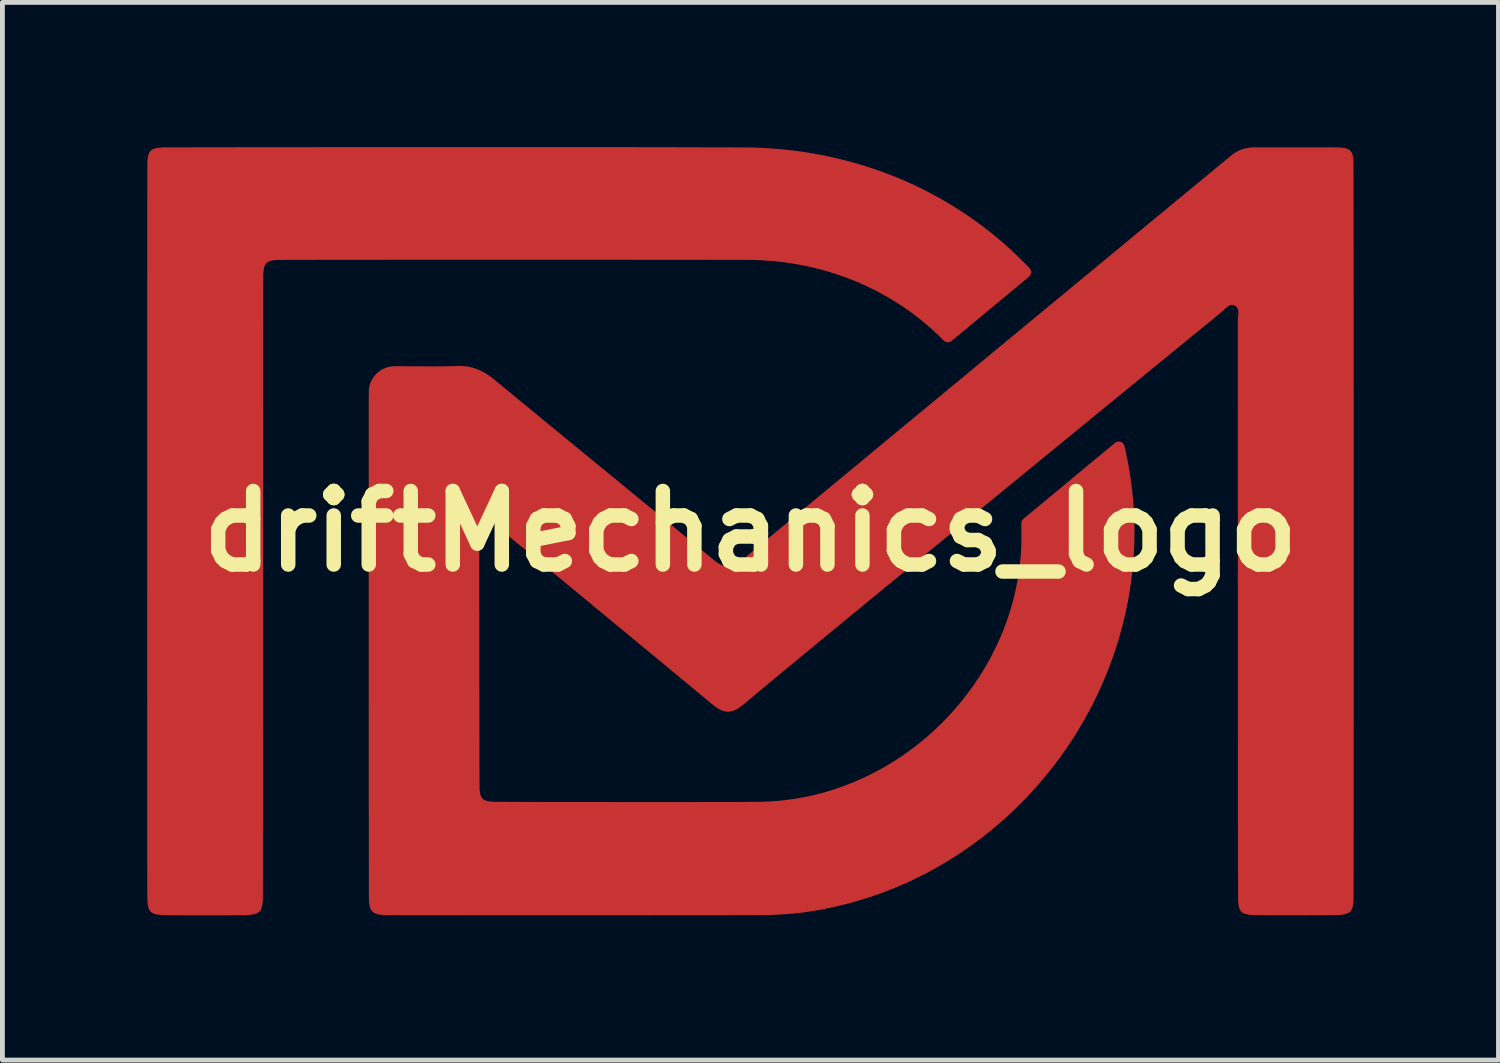
<source format=kicad_pcb>
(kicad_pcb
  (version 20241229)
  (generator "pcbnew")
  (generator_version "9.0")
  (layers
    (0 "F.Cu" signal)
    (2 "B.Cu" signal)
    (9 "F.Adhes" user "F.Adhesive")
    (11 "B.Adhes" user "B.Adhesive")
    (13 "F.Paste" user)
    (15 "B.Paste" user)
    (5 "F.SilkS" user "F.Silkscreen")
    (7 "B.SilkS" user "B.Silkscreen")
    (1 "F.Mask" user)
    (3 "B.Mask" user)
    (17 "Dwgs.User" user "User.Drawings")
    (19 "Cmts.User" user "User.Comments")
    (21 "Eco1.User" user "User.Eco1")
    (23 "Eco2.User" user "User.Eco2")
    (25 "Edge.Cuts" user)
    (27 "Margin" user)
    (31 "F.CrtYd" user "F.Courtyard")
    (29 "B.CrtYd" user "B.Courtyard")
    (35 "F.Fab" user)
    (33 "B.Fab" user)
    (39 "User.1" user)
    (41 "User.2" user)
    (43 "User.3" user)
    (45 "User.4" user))
  (footprint "driftMechanics_logo"
    (layer "F.Cu")
    (at 12.503 7.961)
    (property "Reference" "driftMechanics_logo" (at 0 0 0) (layer "F.SilkS") (effects (font (size 1.524 1.524) (thickness 0.3))))
    (attr through_hole)
    (pad "1" smd custom (at -0.35 2.1) (size 1.524 1.524) (layers "F.Cu" "F.Mask") (options (anchor circle)) (primitives (gr_poly (pts (xy 11.467 -10.053) (xy 11.541 -10.053) (xy 11.62 -10.053) (xy 11.624 -10.053) (xy 11.706 -10.053) (xy 11.782 -10.053) (xy 11.854 -10.053) (xy 11.922 -10.053) (xy 11.985 -10.053) (xy 12.044 -10.053) (xy 12.099 -10.053) (xy 12.149 -10.053) (xy 12.196 -10.053) (xy 12.24 -10.053) (xy 12.28 -10.053) (xy 12.317 -10.052) (xy 12.351 -10.052) (xy 12.381 -10.052) (xy 12.41 -10.052) (xy 12.435 -10.052) (xy 12.458 -10.051) (xy 12.479 -10.051) (xy 12.498 -10.051) (xy 12.515 -10.05) (xy 12.53 -10.05) (xy 12.543 -10.05) (xy 12.556 -10.049) (xy 12.567 -10.049) (xy 12.576 -10.048) (xy 12.585 -10.047) (xy 12.594 -10.047) (xy 12.601 -10.046) (xy 12.608 -10.045) (xy 12.615 -10.045) (xy 12.622 -10.044) (xy 12.629 -10.043) (xy 12.63 -10.043) (xy 12.663 -10.038) (xy 12.693 -10.031) (xy 12.719 -10.022) (xy 12.738 -10.014) (xy 12.758 -10.003) (xy 12.776 -9.989) (xy 12.791 -9.973) (xy 12.804 -9.955) (xy 12.815 -9.933) (xy 12.824 -9.907) (xy 12.832 -9.878) (xy 12.838 -9.844) (xy 12.842 -9.817) (xy 12.842 -9.815) (xy 12.842 -9.812) (xy 12.843 -9.808) (xy 12.843 -9.804) (xy 12.843 -9.799) (xy 12.843 -9.792) (xy 12.843 -9.784) (xy 12.844 -9.776) (xy 12.844 -9.765) (xy 12.844 -9.754) (xy 12.844 -9.741) (xy 12.844 -9.726) (xy 12.844 -9.709) (xy 12.844 -9.691) (xy 12.845 -9.671) (xy 12.845 -9.649) (xy 12.845 -9.625) (xy 12.845 -9.598) (xy 12.845 -9.57) (xy 12.845 -9.539) (xy 12.845 -9.506) (xy 12.845 -9.47) (xy 12.846 -9.432) (xy 12.846 -9.391) (xy 12.846 -9.347) (xy 12.846 -9.3) (xy 12.846 -9.25) (xy 12.846 -9.197) (xy 12.846 -9.141) (xy 12.846 -9.082) (xy 12.846 -9.02) (xy 12.846 -8.954) (xy 12.847 -8.884) (xy 12.847 -8.811) (xy 12.847 -8.735) (xy 12.847 -8.654) (xy 12.847 -8.57) (xy 12.847 -8.481) (xy 12.847 -8.389) (xy 12.847 -8.292) (xy 12.847 -8.192) (xy 12.847 -8.086) (xy 12.848 -7.977) (xy 12.848 -7.863) (xy 12.848 -7.744) (xy 12.848 -7.621) (xy 12.848 -7.493) (xy 12.848 -7.36) (xy 12.848 -7.221) (xy 12.848 -7.19) (xy 12.848 -7.08) (xy 12.848 -6.967) (xy 12.849 -6.851) (xy 12.849 -6.732) (xy 12.849 -6.611) (xy 12.849 -6.487) (xy 12.849 -6.361) (xy 12.849 -6.232) (xy 12.849 -6.101) (xy 12.849 -5.967) (xy 12.849 -5.831) (xy 12.849 -5.694) (xy 12.849 -5.554) (xy 12.849 -5.412) (xy 12.849 -5.268) (xy 12.849 -5.123) (xy 12.85 -4.975) (xy 12.85 -4.826) (xy 12.85 -4.676) (xy 12.85 -4.524) (xy 12.85 -4.37) (xy 12.85 -4.216) (xy 12.85 -4.06) (xy 12.85 -3.902) (xy 12.85 -3.744) (xy 12.85 -3.585) (xy 12.85 -3.424) (xy 12.85 -3.263) (xy 12.85 -3.101) (xy 12.85 -2.939) (xy 12.85 -2.775) (xy 12.85 -2.612) (xy 12.85 -2.447) (xy 12.85 -2.282) (xy 12.85 -2.117) (xy 12.85 -1.952) (xy 12.85 -1.787) (xy 12.85 -1.621) (xy 12.85 -1.456) (xy 12.85 -1.29) (xy 12.85 -1.125) (xy 12.85 -0.96) (xy 12.85 -0.795) (xy 12.85 -0.63) (xy 12.85 -0.467) (xy 12.85 -0.303) (xy 12.85 -0.14) (xy 12.85 0.022) (xy 12.85 0.183) (xy 12.85 0.343) (xy 12.85 0.503) (xy 12.85 0.661) (xy 12.85 0.819) (xy 12.85 0.975) (xy 12.85 1.13) (xy 12.85 1.284) (xy 12.85 1.436) (xy 12.85 1.586) (xy 12.85 1.736) (xy 12.85 1.883) (xy 12.849 2.029) (xy 12.849 2.173) (xy 12.849 2.315) (xy 12.849 2.455) (xy 12.849 2.593) (xy 12.849 2.729) (xy 12.849 2.863) (xy 12.849 2.995) (xy 12.849 3.124) (xy 12.849 3.251) (xy 12.849 3.375) (xy 12.849 3.497) (xy 12.849 3.616) (xy 12.849 3.732) (xy 12.849 3.845) (xy 12.849 3.956) (xy 12.848 4.063) (xy 12.848 4.168) (xy 12.848 4.269) (xy 12.848 4.367) (xy 12.848 4.462) (xy 12.848 4.554) (xy 12.848 4.642) (xy 12.848 4.726) (xy 12.848 4.807) (xy 12.848 4.884) (xy 12.848 4.958) (xy 12.848 5.027) (xy 12.847 5.093) (xy 12.847 5.154) (xy 12.847 5.212) (xy 12.847 5.265) (xy 12.847 5.315) (xy 12.847 5.36) (xy 12.847 5.4) (xy 12.847 5.436) (xy 12.847 5.467) (xy 12.847 5.494) (xy 12.846 5.516) (xy 12.846 5.534) (xy 12.846 5.546) (xy 12.846 5.554) (xy 12.846 5.556) (xy 12.842 5.594) (xy 12.838 5.627) (xy 12.833 5.656) (xy 12.828 5.682) (xy 12.821 5.704) (xy 12.813 5.724) (xy 12.805 5.742) (xy 12.798 5.753) (xy 12.783 5.772) (xy 12.766 5.789) (xy 12.746 5.803) (xy 12.723 5.815) (xy 12.696 5.825) (xy 12.666 5.833) (xy 12.631 5.84) (xy 12.607 5.843) (xy 12.599 5.844) (xy 12.591 5.845) (xy 12.583 5.846) (xy 12.575 5.846) (xy 12.567 5.847) (xy 12.558 5.848) (xy 12.548 5.848) (xy 12.537 5.849) (xy 12.524 5.849) (xy 12.511 5.85) (xy 12.496 5.85) (xy 12.479 5.851) (xy 12.46 5.851) (xy 12.439 5.851) (xy 12.415 5.852) (xy 12.389 5.852) (xy 12.361 5.852) (xy 12.329 5.852) (xy 12.295 5.852) (xy 12.257 5.853) (xy 12.215 5.853) (xy 12.17 5.853) (xy 12.122 5.853) (xy 12.069 5.853) (xy 12.012 5.853) (xy 11.95 5.853) (xy 11.884 5.854) (xy 11.813 5.854) (xy 11.773 5.854) (xy 11.68 5.854) (xy 11.592 5.854) (xy 11.508 5.854) (xy 11.43 5.854) (xy 11.356 5.854) (xy 11.287 5.854) (xy 11.223 5.854) (xy 11.163 5.854) (xy 11.107 5.853) (xy 11.055 5.853) (xy 11.007 5.853) (xy 10.963 5.853) (xy 10.924 5.852) (xy 10.887 5.852) (xy 10.855 5.851) (xy 10.826 5.851) (xy 10.801 5.85) (xy 10.779 5.85) (xy 10.76 5.849) (xy 10.744 5.848) (xy 10.732 5.848) (xy 10.724 5.847) (xy 10.684 5.842) (xy 10.649 5.836) (xy 10.619 5.829) (xy 10.592 5.821) (xy 10.569 5.81) (xy 10.549 5.798) (xy 10.532 5.784) (xy 10.517 5.767) (xy 10.504 5.748) (xy 10.499 5.738) (xy 10.491 5.719) (xy 10.484 5.698) (xy 10.478 5.673) (xy 10.472 5.645) (xy 10.468 5.614) (xy 10.465 5.578) (xy 10.463 5.551) (xy 10.463 5.548) (xy 10.463 5.541) (xy 10.463 5.531) (xy 10.463 5.518) (xy 10.463 5.501) (xy 10.462 5.481) (xy 10.462 5.457) (xy 10.462 5.43) (xy 10.462 5.4) (xy 10.462 5.366) (xy 10.462 5.328) (xy 10.462 5.287) (xy 10.462 5.242) (xy 10.462 5.194) (xy 10.462 5.142) (xy 10.462 5.086) (xy 10.461 5.026) (xy 10.461 4.963) (xy 10.461 4.895) (xy 10.461 4.824) (xy 10.461 4.749) (xy 10.461 4.67) (xy 10.461 4.587) (xy 10.461 4.5) (xy 10.461 4.409) (xy 10.461 4.314) (xy 10.461 4.215) (xy 10.461 4.111) (xy 10.46 4.004) (xy 10.46 3.892) (xy 10.46 3.776) (xy 10.46 3.656) (xy 10.46 3.531) (xy 10.46 3.402) (xy 10.46 3.269) (xy 10.46 3.132) (xy 10.46 2.989) (xy 10.46 2.843) (xy 10.46 2.692) (xy 10.46 2.536) (xy 10.46 2.376) (xy 10.46 2.211) (xy 10.459 2.042) (xy 10.459 1.867) (xy 10.459 1.689) (xy 10.459 1.505) (xy 10.459 1.317) (xy 10.459 1.123) (xy 10.459 0.925) (xy 10.459 0.723) (xy 10.459 0.515) (xy 10.459 0.302) (xy 10.459 0.084) (xy 10.459 -0.138) (xy 10.459 -0.365) (xy 10.459 -0.539) (xy 10.459 -0.711) (xy 10.459 -0.882) (xy 10.458 -1.052) (xy 10.458 -1.22) (xy 10.458 -1.387) (xy 10.458 -1.553) (xy 10.458 -1.717) (xy 10.458 -1.88) (xy 10.458 -2.041) (xy 10.458 -2.2) (xy 10.458 -2.357) (xy 10.458 -2.513) (xy 10.458 -2.666) (xy 10.458 -2.817) (xy 10.458 -2.967) (xy 10.458 -3.114) (xy 10.458 -3.259) (xy 10.458 -3.401) (xy 10.458 -3.541) (xy 10.458 -3.679) (xy 10.458 -3.814) (xy 10.458 -3.947) (xy 10.458 -4.076) (xy 10.458 -4.203) (xy 10.458 -4.327) (xy 10.458 -4.449) (xy 10.458 -4.567) (xy 10.458 -4.682) (xy 10.457 -4.794) (xy 10.457 -4.903) (xy 10.457 -5.009) (xy 10.457 -5.111) (xy 10.457 -5.21) (xy 10.457 -5.305) (xy 10.457 -5.397) (xy 10.457 -5.485) (xy 10.457 -5.569) (xy 10.457 -5.65) (xy 10.457 -5.727) (xy 10.457 -5.8) (xy 10.457 -5.868) (xy 10.457 -5.933) (xy 10.457 -5.994) (xy 10.457 -6.05) (xy 10.457 -6.102) (xy 10.457 -6.15) (xy 10.457 -6.193) (xy 10.457 -6.232) (xy 10.457 -6.266) (xy 10.457 -6.295) (xy 10.457 -6.32) (xy 10.457 -6.34) (xy 10.457 -6.355) (xy 10.457 -6.365) (xy 10.457 -6.369) (xy 10.457 -6.4) (xy 10.457 -6.426) (xy 10.457 -6.449) (xy 10.457 -6.467) (xy 10.458 -6.483) (xy 10.458 -6.497) (xy 10.459 -6.509) (xy 10.459 -6.52) (xy 10.46 -6.53) (xy 10.461 -6.54) (xy 10.462 -6.545) (xy 10.464 -6.569) (xy 10.466 -6.594) (xy 10.467 -6.618) (xy 10.467 -6.64) (xy 10.466 -6.66) (xy 10.465 -6.677) (xy 10.463 -6.688) (xy 10.454 -6.714) (xy 10.441 -6.737) (xy 10.425 -6.756) (xy 10.405 -6.772) (xy 10.389 -6.78) (xy 10.365 -6.79) (xy 10.342 -6.795) (xy 10.32 -6.795) (xy 10.297 -6.791) (xy 10.286 -6.787) (xy 10.273 -6.781) (xy 10.259 -6.774) (xy 10.245 -6.765) (xy 10.23 -6.754) (xy 10.213 -6.74) (xy 10.194 -6.724) (xy 10.173 -6.704) (xy 10.161 -6.693) (xy 10.149 -6.682) (xy 10.133 -6.667) (xy 10.115 -6.652) (xy 10.096 -6.635) (xy 10.076 -6.619) (xy 10.058 -6.603) (xy 10.052 -6.598) (xy 10.045 -6.592) (xy 10.034 -6.583) (xy 10.019 -6.571) (xy 10.001 -6.556) (xy 9.979 -6.539) (xy 9.955 -6.519) (xy 9.927 -6.496) (xy 9.897 -6.472) (xy 9.864 -6.445) (xy 9.829 -6.416) (xy 9.792 -6.386) (xy 9.752 -6.353) (xy 9.711 -6.32) (xy 9.668 -6.284) (xy 9.624 -6.248) (xy 9.578 -6.21) (xy 9.53 -6.172) (xy 9.482 -6.133) (xy 9.433 -6.092) (xy 9.384 -6.052) (xy 9.365 -6.037) (xy 9.175 -5.882) (xy 8.986 -5.727) (xy 8.797 -5.573) (xy 8.609 -5.419) (xy 8.421 -5.265) (xy 8.233 -5.112) (xy 8.047 -4.959) (xy 7.861 -4.807) (xy 7.676 -4.656) (xy 7.492 -4.505) (xy 7.309 -4.355) (xy 7.127 -4.207) (xy 6.946 -4.059) (xy 6.767 -3.912) (xy 6.589 -3.767) (xy 6.413 -3.623) (xy 6.239 -3.48) (xy 6.066 -3.338) (xy 5.895 -3.198) (xy 5.725 -3.059) (xy 5.558 -2.923) (xy 5.393 -2.787) (xy 5.23 -2.654) (xy 5.07 -2.523) (xy 4.912 -2.393) (xy 4.756 -2.265) (xy 4.603 -2.14) (xy 4.453 -2.017) (xy 4.305 -1.896) (xy 4.16 -1.777) (xy 4.018 -1.661) (xy 3.88 -1.547) (xy 3.744 -1.435) (xy 3.611 -1.327) (xy 3.482 -1.221) (xy 3.357 -1.118) (xy 3.235 -1.017) (xy 3.116 -0.92) (xy 3.001 -0.826) (xy 2.89 -0.735) (xy 2.844 -0.697) (xy 2.792 -0.654) (xy 2.744 -0.615) (xy 2.7 -0.578) (xy 2.658 -0.544) (xy 2.619 -0.511) (xy 2.582 -0.481) (xy 2.547 -0.452) (xy 2.513 -0.425) (xy 2.481 -0.398) (xy 2.45 -0.373) (xy 2.419 -0.348) (xy 2.389 -0.323) (xy 2.359 -0.298) (xy 2.328 -0.272) (xy 2.296 -0.246) (xy 2.264 -0.219) (xy 2.23 -0.191) (xy 2.194 -0.162) (xy 2.156 -0.131) (xy 2.116 -0.098) (xy 2.073 -0.063) (xy 2.04 -0.035) (xy 1.925 0.059) (xy 1.813 0.152) (xy 1.703 0.242) (xy 1.596 0.331) (xy 1.492 0.417) (xy 1.39 0.5) (xy 1.292 0.582) (xy 1.196 0.661) (xy 1.104 0.737) (xy 1.014 0.811) (xy 0.928 0.883) (xy 0.845 0.952) (xy 0.765 1.018) (xy 0.689 1.081) (xy 0.616 1.142) (xy 0.547 1.199) (xy 0.481 1.254) (xy 0.419 1.306) (xy 0.361 1.355) (xy 0.306 1.4) (xy 0.255 1.443) (xy 0.246 1.451) (xy 0.217 1.475) (xy 0.192 1.495) (xy 0.169 1.513) (xy 0.149 1.529) (xy 0.13 1.543) (xy 0.113 1.555) (xy 0.097 1.566) (xy 0.08 1.575) (xy 0.064 1.584) (xy 0.047 1.593) (xy 0.046 1.594) (xy 0.012 1.609) (xy -0.021 1.621) (xy -0.052 1.629) (xy -0.072 1.632) (xy -0.094 1.634) (xy -0.118 1.634) (xy -0.141 1.634) (xy -0.161 1.632) (xy -0.172 1.63) (xy -0.207 1.62) (xy -0.243 1.607) (xy -0.279 1.59) (xy -0.317 1.57) (xy -0.356 1.544) (xy -0.396 1.515) (xy -0.417 1.499) (xy -0.422 1.495) (xy -0.43 1.488) (xy -0.442 1.478) (xy -0.458 1.466) (xy -0.476 1.451) (xy -0.496 1.434) (xy -0.519 1.415) (xy -0.544 1.394) (xy -0.571 1.372) (xy -0.6 1.348) (xy -0.63 1.323) (xy -0.661 1.298) (xy -0.693 1.271) (xy -0.701 1.264) (xy -0.735 1.236) (xy -0.768 1.209) (xy -0.801 1.181) (xy -0.834 1.155) (xy -0.865 1.128) (xy -0.895 1.103) (xy -0.924 1.08) (xy -0.95 1.058) (xy -0.975 1.038) (xy -0.996 1.02) (xy -1.015 1.004) (xy -1.03 0.991) (xy -1.042 0.982) (xy -1.056 0.97) (xy -1.075 0.955) (xy -1.096 0.937) (xy -1.119 0.918) (xy -1.145 0.897) (xy -1.172 0.874) (xy -1.2 0.851) (xy -1.228 0.828) (xy -1.257 0.804) (xy -1.285 0.781) (xy -1.293 0.774) (xy -1.393 0.691) (xy -1.496 0.606) (xy -1.6 0.52) (xy -1.705 0.433) (xy -1.812 0.344) (xy -1.921 0.254) (xy -2.03 0.164) (xy -2.141 0.072) (xy -2.252 -0.019) (xy -2.364 -0.112) (xy -2.476 -0.204) (xy -2.588 -0.297) (xy -2.7 -0.39) (xy -2.813 -0.483) (xy -2.924 -0.575) (xy -3.036 -0.667) (xy -3.146 -0.758) (xy -3.256 -0.849) (xy -3.365 -0.939) (xy -3.472 -1.027) (xy -3.578 -1.115) (xy -3.683 -1.201) (xy -3.786 -1.285) (xy -3.886 -1.368) (xy -3.985 -1.45) (xy -4.081 -1.529) (xy -4.175 -1.606) (xy -4.266 -1.681) (xy -4.354 -1.754) (xy -4.44 -1.824) (xy -4.522 -1.892) (xy -4.6 -1.956) (xy -4.676 -2.018) (xy -4.74 -2.071) (xy -4.771 -2.096) (xy -4.798 -2.119) (xy -4.822 -2.138) (xy -4.843 -2.156) (xy -4.862 -2.171) (xy -4.878 -2.185) (xy -4.892 -2.197) (xy -4.904 -2.208) (xy -4.915 -2.217) (xy -4.925 -2.226) (xy -4.935 -2.235) (xy -4.944 -2.243) (xy -4.953 -2.252) (xy -4.962 -2.261) (xy -4.971 -2.271) (xy -4.976 -2.275) (xy -4.996 -2.295) (xy -5.012 -2.312) (xy -5.027 -2.325) (xy -5.039 -2.336) (xy -5.05 -2.345) (xy -5.06 -2.352) (xy -5.07 -2.359) (xy -5.08 -2.364) (xy -5.081 -2.365) (xy -5.101 -2.373) (xy -5.119 -2.378) (xy -5.14 -2.379) (xy -5.141 -2.379) (xy -5.165 -2.377) (xy -5.189 -2.37) (xy -5.212 -2.358) (xy -5.233 -2.343) (xy -5.238 -2.337) (xy -5.252 -2.321) (xy -5.264 -2.302) (xy -5.272 -2.281) (xy -5.278 -2.257) (xy -5.282 -2.229) (xy -5.283 -2.198) (xy -5.281 -2.162) (xy -5.279 -2.139) (xy -5.279 -2.137) (xy -5.279 -2.134) (xy -5.278 -2.131) (xy -5.278 -2.127) (xy -5.278 -2.123) (xy -5.278 -2.119) (xy -5.278 -2.113) (xy -5.277 -2.107) (xy -5.277 -2.1) (xy -5.277 -2.092) (xy -5.277 -2.083) (xy -5.277 -2.073) (xy -5.276 -2.061) (xy -5.276 -2.048) (xy -5.276 -2.034) (xy -5.276 -2.018) (xy -5.276 -2.001) (xy -5.276 -1.981) (xy -5.276 -1.96) (xy -5.276 -1.938) (xy -5.275 -1.913) (xy -5.275 -1.886) (xy -5.275 -1.857) (xy -5.275 -1.825) (xy -5.275 -1.791) (xy -5.275 -1.755) (xy -5.275 -1.717) (xy -5.275 -1.675) (xy -5.275 -1.631) (xy -5.275 -1.584) (xy -5.274 -1.534) (xy -5.274 -1.481) (xy -5.274 -1.425) (xy -5.274 -1.366) (xy -5.274 -1.304) (xy -5.274 -1.238) (xy -5.274 -1.169) (xy -5.274 -1.096) (xy -5.274 -1.02) (xy -5.274 -0.939) (xy -5.274 -0.855) (xy -5.274 -0.767) (xy -5.274 -0.675) (xy -5.274 -0.579) (xy -5.274 -0.479) (xy -5.273 -0.375) (xy -5.273 -0.266) (xy -5.273 -0.152) (xy -5.273 -0.034) (xy -5.273 0.088) (xy -5.273 0.216) (xy -5.273 0.348) (xy -5.273 0.485) (xy -5.273 0.563) (xy -5.273 0.713) (xy -5.273 0.857) (xy -5.273 0.997) (xy -5.273 1.132) (xy -5.272 1.262) (xy -5.272 1.387) (xy -5.272 1.507) (xy -5.272 1.623) (xy -5.272 1.734) (xy -5.272 1.841) (xy -5.272 1.943) (xy -5.272 2.041) (xy -5.272 2.135) (xy -5.272 2.224) (xy -5.271 2.309) (xy -5.271 2.39) (xy -5.271 2.467) (xy -5.271 2.54) (xy -5.271 2.609) (xy -5.271 2.673) (xy -5.271 2.735) (xy -5.271 2.792) (xy -5.271 2.845) (xy -5.27 2.895) (xy -5.27 2.942) (xy -5.27 2.984) (xy -5.27 3.024) (xy -5.27 3.06) (xy -5.27 3.092) (xy -5.27 3.122) (xy -5.27 3.148) (xy -5.269 3.171) (xy -5.269 3.19) (xy -5.269 3.207) (xy -5.269 3.221) (xy -5.269 3.232) (xy -5.269 3.24) (xy -5.269 3.245) (xy -5.268 3.247) (xy -5.264 3.286) (xy -5.258 3.32) (xy -5.252 3.349) (xy -5.245 3.375) (xy -5.236 3.397) (xy -5.226 3.416) (xy -5.215 3.433) (xy -5.202 3.447) (xy -5.186 3.46) (xy -5.181 3.463) (xy -5.166 3.473) (xy -5.149 3.481) (xy -5.13 3.488) (xy -5.108 3.495) (xy -5.084 3.5) (xy -5.056 3.505) (xy -5.023 3.509) (xy -5.005 3.511) (xy -5 3.511) (xy -4.99 3.511) (xy -4.975 3.511) (xy -4.955 3.512) (xy -4.931 3.512) (xy -4.902 3.512) (xy -4.869 3.512) (xy -4.832 3.513) (xy -4.791 3.513) (xy -4.746 3.513) (xy -4.697 3.513) (xy -4.645 3.514) (xy -4.589 3.514) (xy -4.529 3.514) (xy -4.467 3.514) (xy -4.401 3.514) (xy -4.332 3.515) (xy -4.261 3.515) (xy -4.186 3.515) (xy -4.11 3.515) (xy -4.03 3.515) (xy -3.949 3.516) (xy -3.865 3.516) (xy -3.779 3.516) (xy -3.691 3.516) (xy -3.601 3.516) (xy -3.51 3.516) (xy -3.417 3.516) (xy -3.322 3.517) (xy -3.227 3.517) (xy -3.13 3.517) (xy -3.032 3.517) (xy -2.933 3.517) (xy -2.834 3.517) (xy -2.733 3.517) (xy -2.633 3.517) (xy -2.532 3.517) (xy -2.43 3.518) (xy -2.329 3.518) (xy -2.228 3.518) (xy -2.126 3.518) (xy -2.026 3.518) (xy -1.925 3.518) (xy -1.825 3.518) (xy -1.726 3.518) (xy -1.627 3.518) (xy -1.53 3.518) (xy -1.433 3.518) (xy -1.338 3.518) (xy -1.244 3.518) (xy -1.151 3.518) (xy -1.06 3.518) (xy -0.971 3.518) (xy -0.883 3.518) (xy -0.798 3.517) (xy -0.715 3.517) (xy -0.633 3.517) (xy -0.555 3.517) (xy -0.479 3.517) (xy -0.405 3.517) (xy -0.334 3.517) (xy -0.266 3.517) (xy -0.201 3.517) (xy -0.139 3.516) (xy -0.081 3.516) (xy -0.026 3.516) (xy 0.026 3.516) (xy 0.073 3.516) (xy 0.118 3.515) (xy 0.124 3.515) (xy 0.186 3.515) (xy 0.244 3.515) (xy 0.297 3.514) (xy 0.345 3.514) (xy 0.39 3.514) (xy 0.431 3.513) (xy 0.468 3.513) (xy 0.503 3.513) (xy 0.534 3.512) (xy 0.563 3.512) (xy 0.59 3.511) (xy 0.614 3.511) (xy 0.637 3.51) (xy 0.658 3.509) (xy 0.678 3.509) (xy 0.697 3.508) (xy 0.716 3.507) (xy 0.733 3.506) (xy 0.751 3.505) (xy 0.769 3.504) (xy 0.778 3.504) (xy 0.939 3.492) (xy 1.099 3.474) (xy 1.259 3.452) (xy 1.417 3.425) (xy 1.576 3.393) (xy 1.733 3.356) (xy 1.889 3.315) (xy 2.044 3.268) (xy 2.198 3.217) (xy 2.35 3.161) (xy 2.501 3.101) (xy 2.65 3.036) (xy 2.798 2.966) (xy 2.944 2.892) (xy 3.088 2.814) (xy 3.23 2.731) (xy 3.371 2.644) (xy 3.508 2.552) (xy 3.644 2.456) (xy 3.777 2.356) (xy 3.908 2.252) (xy 4.037 2.143) (xy 4.052 2.13) (xy 4.179 2.015) (xy 4.302 1.897) (xy 4.422 1.775) (xy 4.538 1.65) (xy 4.65 1.522) (xy 4.758 1.391) (xy 4.862 1.256) (xy 4.962 1.119) (xy 5.058 0.979) (xy 5.15 0.836) (xy 5.238 0.691) (xy 5.314 0.555) (xy 5.327 0.53) (xy 5.342 0.502) (xy 5.358 0.47) (xy 5.376 0.437) (xy 5.393 0.403) (xy 5.41 0.369) (xy 5.427 0.335) (xy 5.443 0.303) (xy 5.457 0.274) (xy 5.469 0.248) (xy 5.471 0.243) (xy 5.539 0.092) (xy 5.602 -0.062) (xy 5.66 -0.216) (xy 5.713 -0.371) (xy 5.762 -0.528) (xy 5.805 -0.685) (xy 5.844 -0.844) (xy 5.877 -1.003) (xy 5.906 -1.163) (xy 5.929 -1.324) (xy 5.948 -1.485) (xy 5.958 -1.593) (xy 5.964 -1.696) (xy 5.969 -1.801) (xy 5.972 -1.909) (xy 5.973 -2.017) (xy 5.972 -2.123) (xy 5.97 -2.189) (xy 5.969 -2.214) (xy 5.969 -2.235) (xy 5.969 -2.252) (xy 5.969 -2.266) (xy 5.97 -2.277) (xy 5.971 -2.286) (xy 5.973 -2.294) (xy 5.975 -2.301) (xy 5.978 -2.308) (xy 5.98 -2.313) (xy 5.984 -2.321) (xy 5.989 -2.329) (xy 5.996 -2.336) (xy 6.004 -2.345) (xy 6.014 -2.354) (xy 6.028 -2.366) (xy 6.04 -2.376) (xy 6.045 -2.381) (xy 6.055 -2.388) (xy 6.067 -2.399) (xy 6.083 -2.412) (xy 6.102 -2.428) (xy 6.124 -2.446) (xy 6.148 -2.466) (xy 6.174 -2.487) (xy 6.203 -2.511) (xy 6.233 -2.536) (xy 6.265 -2.562) (xy 6.298 -2.59) (xy 6.332 -2.618) (xy 6.367 -2.647) (xy 6.403 -2.677) (xy 6.439 -2.707) (xy 6.475 -2.737) (xy 6.511 -2.767) (xy 6.547 -2.797) (xy 6.583 -2.826) (xy 6.617 -2.855) (xy 6.651 -2.883) (xy 6.683 -2.91) (xy 6.714 -2.935) (xy 6.743 -2.96) (xy 6.77 -2.982) (xy 6.796 -3.003) (xy 6.818 -3.022) (xy 6.838 -3.038) (xy 6.855 -3.053) (xy 6.869 -3.064) (xy 6.875 -3.069) (xy 6.886 -3.078) (xy 6.897 -3.088) (xy 6.908 -3.097) (xy 6.919 -3.105) (xy 6.93 -3.114) (xy 6.941 -3.124) (xy 6.952 -3.133) (xy 6.965 -3.143) (xy 6.978 -3.154) (xy 6.992 -3.166) (xy 7.007 -3.179) (xy 7.024 -3.193) (xy 7.043 -3.208) (xy 7.063 -3.225) (xy 7.086 -3.244) (xy 7.11 -3.264) (xy 7.137 -3.287) (xy 7.167 -3.311) (xy 7.2 -3.338) (xy 7.235 -3.368) (xy 7.274 -3.4) (xy 7.316 -3.435) (xy 7.361 -3.473) (xy 7.395 -3.501) (xy 7.433 -3.532) (xy 7.471 -3.564) (xy 7.509 -3.595) (xy 7.546 -3.626) (xy 7.582 -3.655) (xy 7.616 -3.684) (xy 7.649 -3.711) (xy 7.681 -3.737) (xy 7.71 -3.762) (xy 7.737 -3.784) (xy 7.761 -3.804) (xy 7.783 -3.822) (xy 7.801 -3.837) (xy 7.816 -3.85) (xy 7.828 -3.86) (xy 7.829 -3.861) (xy 7.852 -3.879) (xy 7.87 -3.895) (xy 7.886 -3.908) (xy 7.899 -3.918) (xy 7.909 -3.926) (xy 7.918 -3.933) (xy 7.924 -3.938) (xy 7.93 -3.941) (xy 7.935 -3.944) (xy 7.939 -3.946) (xy 7.944 -3.948) (xy 7.944 -3.948) (xy 7.967 -3.954) (xy 7.991 -3.955) (xy 8.013 -3.951) (xy 8.035 -3.944) (xy 8.054 -3.932) (xy 8.071 -3.917) (xy 8.084 -3.898) (xy 8.087 -3.894) (xy 8.089 -3.888) (xy 8.092 -3.882) (xy 8.094 -3.875) (xy 8.097 -3.865) (xy 8.1 -3.854) (xy 8.104 -3.84) (xy 8.108 -3.822) (xy 8.113 -3.802) (xy 8.118 -3.777) (xy 8.125 -3.748) (xy 8.128 -3.733) (xy 8.168 -3.538) (xy 8.203 -3.343) (xy 8.233 -3.147) (xy 8.257 -2.951) (xy 8.277 -2.755) (xy 8.292 -2.559) (xy 8.301 -2.362) (xy 8.306 -2.165) (xy 8.305 -1.968) (xy 8.299 -1.77) (xy 8.293 -1.642) (xy 8.279 -1.446) (xy 8.26 -1.25) (xy 8.236 -1.055) (xy 8.207 -0.861) (xy 8.173 -0.667) (xy 8.135 -0.473) (xy 8.091 -0.281) (xy 8.042 -0.089) (xy 7.989 0.102) (xy 7.931 0.291) (xy 7.868 0.479) (xy 7.8 0.666) (xy 7.728 0.851) (xy 7.651 1.035) (xy 7.569 1.217) (xy 7.483 1.397) (xy 7.466 1.431) (xy 7.373 1.61) (xy 7.276 1.787) (xy 7.175 1.962) (xy 7.07 2.134) (xy 6.96 2.303) (xy 6.846 2.469) (xy 6.728 2.632) (xy 6.607 2.793) (xy 6.481 2.95) (xy 6.352 3.104) (xy 6.218 3.255) (xy 6.082 3.403) (xy 5.941 3.547) (xy 5.798 3.687) (xy 5.65 3.824) (xy 5.5 3.957) (xy 5.346 4.087) (xy 5.189 4.212) (xy 5.058 4.312) (xy 4.895 4.43) (xy 4.73 4.544) (xy 4.563 4.653) (xy 4.393 4.758) (xy 4.221 4.859) (xy 4.046 4.955) (xy 3.87 5.046) (xy 3.691 5.133) (xy 3.51 5.215) (xy 3.352 5.282) (xy 3.168 5.356) (xy 2.982 5.424) (xy 2.795 5.487) (xy 2.607 5.546) (xy 2.416 5.6) (xy 2.224 5.649) (xy 2.031 5.693) (xy 1.836 5.733) (xy 1.667 5.763) (xy 1.604 5.773) (xy 1.543 5.782) (xy 1.482 5.791) (xy 1.422 5.799) (xy 1.361 5.806) (xy 1.3 5.813) (xy 1.237 5.819) (xy 1.172 5.824) (xy 1.104 5.83) (xy 1.034 5.834) (xy 0.96 5.839) (xy 0.883 5.843) (xy 0.801 5.847) (xy 0.791 5.847) (xy 0.782 5.847) (xy 0.769 5.848) (xy 0.751 5.848) (xy 0.729 5.848) (xy 0.702 5.849) (xy 0.673 5.849) (xy 0.639 5.849) (xy 0.603 5.85) (xy 0.563 5.85) (xy 0.521 5.85) (xy 0.477 5.85) (xy 0.431 5.851) (xy 0.383 5.851) (xy 0.333 5.851) (xy 0.282 5.852) (xy 0.23 5.852) (xy 0.204 5.852) (xy 0.18 5.852) (xy 0.151 5.852) (xy 0.118 5.852) (xy 0.081 5.852) (xy 0.039 5.852) (xy -0.007 5.852) (xy -0.056 5.852) (xy -0.11 5.853) (xy -0.167 5.853) (xy -0.229 5.853) (xy -0.293 5.853) (xy -0.361 5.853) (xy -0.433 5.853) (xy -0.507 5.853) (xy -0.585 5.853) (xy -0.665 5.853) (xy -0.749 5.853) (xy -0.835 5.853) (xy -0.924 5.853) (xy -1.016 5.853) (xy -1.11 5.853) (xy -1.206 5.853) (xy -1.305 5.853) (xy -1.405 5.853) (xy -1.508 5.853) (xy -1.613 5.853) (xy -1.719 5.854) (xy -1.827 5.854) (xy -1.936 5.854) (xy -2.047 5.854) (xy -2.16 5.854) (xy -2.273 5.854) (xy -2.388 5.854) (xy -2.504 5.854) (xy -2.62 5.854) (xy -2.738 5.854) (xy -2.856 5.854) (xy -2.974 5.854) (xy -3.093 5.854) (xy -3.213 5.854) (xy -3.332 5.854) (xy -3.452 5.854) (xy -3.572 5.854) (xy -3.691 5.854) (xy -3.811 5.854) (xy -3.93 5.854) (xy -4.049 5.854) (xy -4.167 5.854) (xy -4.284 5.854) (xy -4.401 5.854) (xy -4.517 5.854) (xy -4.632 5.854) (xy -4.746 5.854) (xy -4.858 5.854) (xy -4.969 5.854) (xy -5.079 5.854) (xy -5.187 5.854) (xy -5.294 5.854) (xy -5.399 5.854) (xy -5.502 5.854) (xy -5.603 5.853) (xy -5.702 5.853) (xy -5.799 5.853) (xy -5.893 5.853) (xy -5.985 5.853) (xy -6.074 5.853) (xy -6.161 5.853) (xy -6.245 5.853) (xy -6.327 5.853) (xy -6.405 5.853) (xy -6.48 5.853) (xy -6.552 5.853) (xy -6.62 5.853) (xy -6.686 5.853) (xy -6.747 5.853) (xy -6.805 5.853) (xy -6.86 5.853) (xy -6.91 5.853) (xy -6.957 5.853) (xy -6.999 5.852) (xy -7.037 5.852) (xy -7.071 5.852) (xy -7.1 5.852) (xy -7.125 5.852) (xy -7.146 5.852) (xy -7.161 5.852) (xy -7.172 5.852) (xy -7.178 5.852) (xy -7.178 5.852) (xy -7.225 5.85) (xy -7.268 5.847) (xy -7.307 5.843) (xy -7.341 5.839) (xy -7.372 5.832) (xy -7.399 5.825) (xy -7.423 5.817) (xy -7.444 5.806) (xy -7.462 5.795) (xy -7.478 5.781) (xy -7.492 5.766) (xy -7.502 5.753) (xy -7.511 5.737) (xy -7.52 5.719) (xy -7.527 5.699) (xy -7.534 5.676) (xy -7.539 5.651) (xy -7.544 5.621) (xy -7.549 5.588) (xy -7.552 5.561) (xy -7.552 5.557) (xy -7.552 5.549) (xy -7.552 5.535) (xy -7.552 5.517) (xy -7.552 5.494) (xy -7.552 5.466) (xy -7.552 5.434) (xy -7.553 5.397) (xy -7.553 5.356) (xy -7.553 5.311) (xy -7.553 5.262) (xy -7.553 5.208) (xy -7.553 5.151) (xy -7.553 5.089) (xy -7.553 5.024) (xy -7.553 4.955) (xy -7.553 4.883) (xy -7.554 4.807) (xy -7.554 4.727) (xy -7.554 4.644) (xy -7.554 4.558) (xy -7.554 4.469) (xy -7.554 4.377) (xy -7.554 4.282) (xy -7.554 4.183) (xy -7.554 4.082) (xy -7.554 3.979) (xy -7.554 3.872) (xy -7.554 3.764) (xy -7.555 3.652) (xy -7.555 3.539) (xy -7.555 3.423) (xy -7.555 3.305) (xy -7.555 3.185) (xy -7.555 3.063) (xy -7.555 2.939) (xy -7.555 2.814) (xy -7.555 2.686) (xy -7.555 2.557) (xy -7.555 2.427) (xy -7.555 2.295) (xy -7.555 2.162) (xy -7.555 2.027) (xy -7.555 1.892) (xy -7.555 1.755) (xy -7.555 1.617) (xy -7.556 1.479) (xy -7.556 1.339) (xy -7.556 1.199) (xy -7.556 1.059) (xy -7.556 0.918) (xy -7.556 0.776) (xy -7.556 0.634) (xy -7.556 0.492) (xy -7.556 0.35) (xy -7.556 0.207) (xy -7.556 0.065) (xy -7.556 -0.077) (xy -7.556 -0.219) (xy -7.556 -0.361) (xy -7.556 -0.502) (xy -7.556 -0.642) (xy -7.556 -0.783) (xy -7.556 -0.922) (xy -7.556 -1.061) (xy -7.556 -1.199) (xy -7.556 -1.335) (xy -7.556 -1.471) (xy -7.556 -1.606) (xy -7.556 -1.739) (xy -7.556 -1.872) (xy -7.556 -2.002) (xy -7.556 -2.132) (xy -7.556 -2.259) (xy -7.556 -2.385) (xy -7.556 -2.509) (xy -7.556 -2.632) (xy -7.556 -2.752) (xy -7.556 -2.87) (xy -7.556 -2.987) (xy -7.556 -3.101) (xy -7.556 -3.212) (xy -7.556 -3.322) (xy -7.556 -3.428) (xy -7.556 -3.532) (xy -7.556 -3.634) (xy -7.556 -3.732) (xy -7.556 -3.828) (xy -7.555 -3.921) (xy -7.555 -4.011) (xy -7.555 -4.097) (xy -7.555 -4.181) (xy -7.555 -4.261) (xy -7.555 -4.338) (xy -7.555 -4.411) (xy -7.555 -4.48) (xy -7.555 -4.546) (xy -7.555 -4.608) (xy -7.555 -4.666) (xy -7.555 -4.721) (xy -7.555 -4.771) (xy -7.555 -4.817) (xy -7.555 -4.859) (xy -7.554 -4.896) (xy -7.554 -4.929) (xy -7.554 -4.957) (xy -7.554 -4.981) (xy -7.554 -5.001) (xy -7.554 -5.015) (xy -7.554 -5.025) (xy -7.554 -5.029) (xy -7.554 -5.029) (xy -7.547 -5.081) (xy -7.535 -5.131) (xy -7.519 -5.18) (xy -7.498 -5.226) (xy -7.472 -5.27) (xy -7.442 -5.312) (xy -7.408 -5.352) (xy -7.4 -5.36) (xy -7.361 -5.395) (xy -7.32 -5.426) (xy -7.276 -5.452) (xy -7.23 -5.474) (xy -7.181 -5.492) (xy -7.13 -5.505) (xy -7.12 -5.507) (xy -7.114 -5.508) (xy -7.107 -5.509) (xy -7.1 -5.51) (xy -7.093 -5.511) (xy -7.085 -5.512) (xy -7.076 -5.513) (xy -7.067 -5.514) (xy -7.055 -5.514) (xy -7.042 -5.515) (xy -7.027 -5.515) (xy -7.011 -5.515) (xy -6.991 -5.515) (xy -6.969 -5.516) (xy -6.945 -5.516) (xy -6.917 -5.516) (xy -6.886 -5.516) (xy -6.851 -5.515) (xy -6.812 -5.515) (xy -6.77 -5.515) (xy -6.723 -5.515) (xy -6.671 -5.514) (xy -6.615 -5.514) (xy -6.606 -5.514) (xy -6.523 -5.513) (xy -6.444 -5.513) (xy -6.371 -5.513) (xy -6.301 -5.512) (xy -6.237 -5.512) (xy -6.176 -5.512) (xy -6.119 -5.513) (xy -6.065 -5.513) (xy -6.015 -5.513) (xy -5.969 -5.514) (xy -5.925 -5.515) (xy -5.884 -5.516) (xy -5.846 -5.516) (xy -5.81 -5.518) (xy -5.785 -5.518) (xy -5.746 -5.52) (xy -5.713 -5.521) (xy -5.682 -5.521) (xy -5.654 -5.521) (xy -5.628 -5.52) (xy -5.604 -5.519) (xy -5.579 -5.517) (xy -5.554 -5.514) (xy -5.538 -5.512) (xy -5.472 -5.501) (xy -5.405 -5.485) (xy -5.34 -5.464) (xy -5.274 -5.438) (xy -5.209 -5.407) (xy -5.144 -5.371) (xy -5.08 -5.33) (xy -5.017 -5.284) (xy -4.996 -5.268) (xy -4.989 -5.263) (xy -4.978 -5.254) (xy -4.964 -5.243) (xy -4.948 -5.229) (xy -4.929 -5.213) (xy -4.908 -5.196) (xy -4.886 -5.178) (xy -4.862 -5.159) (xy -4.838 -5.139) (xy -4.82 -5.124) (xy -4.771 -5.083) (xy -4.721 -5.042) (xy -4.672 -5.001) (xy -4.621 -4.96) (xy -4.571 -4.918) (xy -4.519 -4.876) (xy -4.467 -4.832) (xy -4.413 -4.788) (xy -4.359 -4.744) (xy -4.303 -4.698) (xy -4.246 -4.651) (xy -4.188 -4.603) (xy -4.127 -4.553) (xy -4.065 -4.502) (xy -4.002 -4.45) (xy -3.936 -4.396) (xy -3.868 -4.34) (xy -3.798 -4.282) (xy -3.725 -4.222) (xy -3.65 -4.161) (xy -3.572 -4.097) (xy -3.491 -4.031) (xy -3.408 -3.962) (xy -3.321 -3.892) (xy -3.232 -3.818) (xy -3.139 -3.742) (xy -3.043 -3.663) (xy -2.943 -3.581) (xy -2.839 -3.496) (xy -2.732 -3.408) (xy -2.713 -3.393) (xy -2.624 -3.32) (xy -2.538 -3.249) (xy -2.454 -3.181) (xy -2.372 -3.114) (xy -2.293 -3.049) (xy -2.217 -2.986) (xy -2.144 -2.926) (xy -2.073 -2.868) (xy -2.005 -2.812) (xy -1.94 -2.759) (xy -1.878 -2.708) (xy -1.819 -2.66) (xy -1.764 -2.614) (xy -1.712 -2.572) (xy -1.663 -2.532) (xy -1.618 -2.495) (xy -1.576 -2.46) (xy -1.538 -2.429) (xy -1.504 -2.401) (xy -1.476 -2.378) (xy -1.409 -2.323) (xy -1.346 -2.271) (xy -1.287 -2.222) (xy -1.231 -2.176) (xy -1.178 -2.133) (xy -1.128 -2.092) (xy -1.082 -2.053) (xy -1.038 -2.017) (xy -0.996 -1.983) (xy -0.957 -1.951) (xy -0.92 -1.92) (xy -0.885 -1.891) (xy -0.852 -1.864) (xy -0.821 -1.838) (xy -0.791 -1.814) (xy -0.763 -1.79) (xy -0.735 -1.768) (xy -0.709 -1.746) (xy -0.684 -1.725) (xy -0.666 -1.71) (xy -0.628 -1.679) (xy -0.594 -1.651) (xy -0.564 -1.626) (xy -0.537 -1.603) (xy -0.512 -1.584) (xy -0.491 -1.566) (xy -0.472 -1.55) (xy -0.456 -1.537) (xy -0.442 -1.525) (xy -0.43 -1.516) (xy -0.42 -1.507) (xy -0.411 -1.5) (xy -0.403 -1.494) (xy -0.397 -1.489) (xy -0.392 -1.484) (xy -0.387 -1.481) (xy -0.382 -1.477) (xy -0.378 -1.474) (xy -0.378 -1.474) (xy -0.338 -1.445) (xy -0.299 -1.421) (xy -0.261 -1.401) (xy -0.225 -1.385) (xy -0.19 -1.373) (xy -0.164 -1.367) (xy -0.152 -1.366) (xy -0.137 -1.364) (xy -0.122 -1.364) (xy -0.112 -1.363) (xy -0.077 -1.365) (xy -0.043 -1.371) (xy -0.008 -1.382) (xy 0.027 -1.396) (xy 0.064 -1.415) (xy 0.097 -1.435) (xy 0.105 -1.44) (xy 0.112 -1.445) (xy 0.118 -1.45) (xy 0.126 -1.455) (xy 0.133 -1.46) (xy 0.141 -1.467) (xy 0.151 -1.474) (xy 0.161 -1.482) (xy 0.174 -1.492) (xy 0.188 -1.504) (xy 0.205 -1.518) (xy 0.224 -1.534) (xy 0.246 -1.552) (xy 0.271 -1.573) (xy 0.299 -1.596) (xy 0.317 -1.611) (xy 0.368 -1.654) (xy 0.423 -1.7) (xy 0.481 -1.748) (xy 0.541 -1.798) (xy 0.604 -1.85) (xy 0.667 -1.903) (xy 0.732 -1.956) (xy 0.798 -2.011) (xy 0.863 -2.065) (xy 0.926 -2.117) (xy 0.964 -2.148) (xy 1.004 -2.182) (xy 1.047 -2.217) (xy 1.092 -2.254) (xy 1.139 -2.293) (xy 1.187 -2.334) (xy 1.237 -2.375) (xy 1.289 -2.418) (xy 1.341 -2.461) (xy 1.395 -2.506) (xy 1.449 -2.55) (xy 1.503 -2.595) (xy 1.558 -2.64) (xy 1.612 -2.686) (xy 1.666 -2.73) (xy 1.72 -2.775) (xy 1.772 -2.819) (xy 1.824 -2.861) (xy 1.875 -2.903) (xy 1.924 -2.944) (xy 1.971 -2.983) (xy 2.017 -3.021) (xy 2.06 -3.057) (xy 2.101 -3.091) (xy 2.14 -3.123) (xy 2.175 -3.152) (xy 2.208 -3.179) (xy 2.237 -3.203) (xy 2.263 -3.225) (xy 2.279 -3.238) (xy 2.338 -3.287) (xy 2.398 -3.337) (xy 2.46 -3.388) (xy 2.523 -3.44) (xy 2.587 -3.493) (xy 2.651 -3.546) (xy 2.716 -3.6) (xy 2.782 -3.654) (xy 2.847 -3.709) (xy 2.913 -3.763) (xy 2.978 -3.817) (xy 3.043 -3.87) (xy 3.107 -3.924) (xy 3.171 -3.976) (xy 3.233 -4.028) (xy 3.294 -4.078) (xy 3.354 -4.128) (xy 3.412 -4.176) (xy 3.469 -4.223) (xy 3.524 -4.268) (xy 3.576 -4.312) (xy 3.626 -4.353) (xy 3.674 -4.392) (xy 3.718 -4.429) (xy 3.76 -4.464) (xy 3.799 -4.496) (xy 3.835 -4.526) (xy 3.867 -4.552) (xy 3.895 -4.575) (xy 3.901 -4.58) (xy 3.936 -4.609) (xy 3.972 -4.639) (xy 4.009 -4.67) (xy 4.046 -4.7) (xy 4.082 -4.73) (xy 4.118 -4.76) (xy 4.152 -4.788) (xy 4.185 -4.816) (xy 4.216 -4.841) (xy 4.245 -4.865) (xy 4.271 -4.887) (xy 4.294 -4.905) (xy 4.312 -4.92) (xy 4.34 -4.944) (xy 4.371 -4.969) (xy 4.404 -4.996) (xy 4.438 -5.024) (xy 4.472 -5.052) (xy 4.505 -5.08) (xy 4.537 -5.106) (xy 4.566 -5.131) (xy 4.584 -5.145) (xy 4.608 -5.165) (xy 4.635 -5.187) (xy 4.664 -5.212) (xy 4.696 -5.238) (xy 4.729 -5.265) (xy 4.763 -5.293) (xy 4.796 -5.321) (xy 4.83 -5.349) (xy 4.862 -5.375) (xy 4.892 -5.4) (xy 4.892 -5.4) (xy 4.912 -5.417) (xy 4.935 -5.436) (xy 4.962 -5.458) (xy 4.991 -5.482) (xy 5.024 -5.509) (xy 5.058 -5.538) (xy 5.095 -5.568) (xy 5.134 -5.601) (xy 5.175 -5.634) (xy 5.217 -5.669) (xy 5.26 -5.704) (xy 5.303 -5.74) (xy 5.347 -5.777) (xy 5.391 -5.813) (xy 5.435 -5.85) (xy 5.479 -5.886) (xy 5.494 -5.898) (xy 5.539 -5.935) (xy 5.584 -5.972) (xy 5.63 -6.01) (xy 5.676 -6.049) (xy 5.723 -6.087) (xy 5.769 -6.126) (xy 5.815 -6.163) (xy 5.859 -6.2) (xy 5.903 -6.236) (xy 5.945 -6.271) (xy 5.985 -6.304) (xy 6.022 -6.335) (xy 6.058 -6.364) (xy 6.09 -6.391) (xy 6.119 -6.415) (xy 6.144 -6.436) (xy 6.147 -6.438) (xy 6.251 -6.524) (xy 6.356 -6.61) (xy 6.46 -6.697) (xy 6.566 -6.784) (xy 6.671 -6.871) (xy 6.777 -6.958) (xy 6.882 -7.046) (xy 6.988 -7.133) (xy 7.093 -7.22) (xy 7.198 -7.307) (xy 7.303 -7.394) (xy 7.408 -7.48) (xy 7.512 -7.566) (xy 7.615 -7.651) (xy 7.718 -7.736) (xy 7.82 -7.821) (xy 7.921 -7.904) (xy 8.021 -7.987) (xy 8.121 -8.069) (xy 8.219 -8.15) (xy 8.316 -8.231) (xy 8.412 -8.31) (xy 8.506 -8.388) (xy 8.599 -8.465) (xy 8.691 -8.54) (xy 8.781 -8.615) (xy 8.869 -8.688) (xy 8.956 -8.759) (xy 9.04 -8.829) (xy 9.123 -8.898) (xy 9.204 -8.964) (xy 9.283 -9.029) (xy 9.359 -9.092) (xy 9.433 -9.154) (xy 9.505 -9.213) (xy 9.575 -9.27) (xy 9.642 -9.326) (xy 9.706 -9.379) (xy 9.767 -9.429) (xy 9.826 -9.478) (xy 9.882 -9.524) (xy 9.935 -9.568) (xy 9.985 -9.609) (xy 10.032 -9.648) (xy 10.076 -9.684) (xy 10.116 -9.717) (xy 10.153 -9.747) (xy 10.186 -9.775) (xy 10.216 -9.8) (xy 10.242 -9.821) (xy 10.265 -9.84) (xy 10.284 -9.855) (xy 10.288 -9.859) (xy 10.304 -9.872) (xy 10.32 -9.885) (xy 10.335 -9.897) (xy 10.348 -9.907) (xy 10.359 -9.916) (xy 10.367 -9.922) (xy 10.368 -9.922) (xy 10.411 -9.951) (xy 10.455 -9.975) (xy 10.501 -9.996) (xy 10.55 -10.014) (xy 10.601 -10.028) (xy 10.656 -10.04) (xy 10.715 -10.049) (xy 10.718 -10.049) (xy 10.722 -10.05) (xy 10.726 -10.05) (xy 10.731 -10.05) (xy 10.737 -10.051) (xy 10.744 -10.051) (xy 10.752 -10.051) (xy 10.761 -10.051) (xy 10.771 -10.052) (xy 10.784 -10.052) (xy 10.797 -10.052) (xy 10.813 -10.052) (xy 10.831 -10.052) (xy 10.852 -10.052) (xy 10.874 -10.053) (xy 10.9 -10.053) (xy 10.928 -10.053) (xy 10.959 -10.053) (xy 10.993 -10.053) (xy 11.031 -10.053) (xy 11.071 -10.053) (xy 11.116 -10.053) (xy 11.164 -10.053) (xy 11.216 -10.053) (xy 11.272 -10.053) (xy 11.333 -10.053) (xy 11.398 -10.053) (xy 11.467 -10.053)) (width 0.01) (fill yes))))
    (pad "2" smd custom (at -11.4 -6.8) (size 1.524 1.524) (layers "F.Cu" "F.Mask") (options (anchor circle)) (primitives (gr_poly (pts (xy 6.291 -1.156) (xy 6.429 -1.156) (xy 6.566 -1.156) (xy 6.701 -1.156) (xy 6.835 -1.156) (xy 6.968 -1.156) (xy 7.1 -1.156) (xy 7.229 -1.156) (xy 7.357 -1.156) (xy 7.484 -1.156) (xy 7.608 -1.156) (xy 7.73 -1.156) (xy 7.851 -1.156) (xy 7.969 -1.156) (xy 8.085 -1.156) (xy 8.199 -1.156) (xy 8.31 -1.156) (xy 8.419 -1.156) (xy 8.525 -1.156) (xy 8.628 -1.156) (xy 8.729 -1.156) (xy 8.827 -1.156) (xy 8.922 -1.156) (xy 9.013 -1.156) (xy 9.102 -1.155) (xy 9.187 -1.155) (xy 9.269 -1.155) (xy 9.348 -1.155) (xy 9.423 -1.155) (xy 9.495 -1.155) (xy 9.563 -1.155) (xy 9.627 -1.155) (xy 9.687 -1.155) (xy 9.705 -1.155) (xy 9.801 -1.155) (xy 9.896 -1.154) (xy 9.989 -1.154) (xy 10.08 -1.154) (xy 10.17 -1.154) (xy 10.258 -1.154) (xy 10.343 -1.153) (xy 10.427 -1.153) (xy 10.508 -1.153) (xy 10.586 -1.153) (xy 10.662 -1.153) (xy 10.735 -1.152) (xy 10.805 -1.152) (xy 10.872 -1.152) (xy 10.935 -1.152) (xy 10.996 -1.152) (xy 11.053 -1.151) (xy 11.107 -1.151) (xy 11.156 -1.151) (xy 11.202 -1.151) (xy 11.244 -1.151) (xy 11.282 -1.15) (xy 11.316 -1.15) (xy 11.345 -1.15) (xy 11.37 -1.15) (xy 11.39 -1.15) (xy 11.406 -1.15) (xy 11.416 -1.149) (xy 11.419 -1.149) (xy 11.631 -1.142) (xy 11.841 -1.129) (xy 12.049 -1.112) (xy 12.256 -1.09) (xy 12.461 -1.063) (xy 12.664 -1.031) (xy 12.866 -0.995) (xy 13.066 -0.953) (xy 13.265 -0.907) (xy 13.463 -0.856) (xy 13.659 -0.801) (xy 13.854 -0.74) (xy 14.047 -0.675) (xy 14.219 -0.612) (xy 14.405 -0.54) (xy 14.589 -0.462) (xy 14.771 -0.381) (xy 14.951 -0.294) (xy 15.128 -0.204) (xy 15.303 -0.109) (xy 15.476 -0.01) (xy 15.645 0.094) (xy 15.813 0.201) (xy 15.977 0.313) (xy 16.138 0.428) (xy 16.296 0.548) (xy 16.451 0.671) (xy 16.603 0.798) (xy 16.751 0.929) (xy 16.797 0.971) (xy 16.818 0.991) (xy 16.841 1.012) (xy 16.865 1.035) (xy 16.89 1.059) (xy 16.916 1.083) (xy 16.942 1.109) (xy 16.968 1.135) (xy 16.994 1.16) (xy 17.02 1.186) (xy 17.045 1.211) (xy 17.069 1.235) (xy 17.092 1.258) (xy 17.114 1.28) (xy 17.133 1.3) (xy 17.15 1.318) (xy 17.165 1.333) (xy 17.177 1.347) (xy 17.186 1.357) (xy 17.192 1.364) (xy 17.193 1.365) (xy 17.205 1.387) (xy 17.211 1.409) (xy 17.213 1.432) (xy 17.211 1.455) (xy 17.204 1.477) (xy 17.192 1.497) (xy 17.183 1.508) (xy 17.181 1.51) (xy 17.174 1.516) (xy 17.164 1.525) (xy 17.151 1.536) (xy 17.134 1.55) (xy 17.114 1.567) (xy 17.092 1.585) (xy 17.066 1.607) (xy 17.039 1.63) (xy 17.008 1.655) (xy 16.976 1.682) (xy 16.942 1.711) (xy 16.906 1.741) (xy 16.868 1.772) (xy 16.829 1.805) (xy 16.788 1.839) (xy 16.746 1.873) (xy 16.707 1.906) (xy 16.659 1.946) (xy 16.609 1.987) (xy 16.557 2.03) (xy 16.505 2.074) (xy 16.451 2.118) (xy 16.397 2.163) (xy 16.343 2.208) (xy 16.289 2.253) (xy 16.236 2.297) (xy 16.184 2.34) (xy 16.133 2.382) (xy 16.084 2.423) (xy 16.038 2.461) (xy 15.994 2.498) (xy 15.953 2.532) (xy 15.915 2.563) (xy 15.899 2.576) (xy 15.852 2.616) (xy 15.808 2.652) (xy 15.768 2.685) (xy 15.731 2.715) (xy 15.698 2.742) (xy 15.669 2.767) (xy 15.643 2.788) (xy 15.62 2.807) (xy 15.6 2.823) (xy 15.583 2.836) (xy 15.57 2.847) (xy 15.559 2.855) (xy 15.551 2.861) (xy 15.546 2.865) (xy 15.543 2.866) (xy 15.521 2.874) (xy 15.498 2.878) (xy 15.475 2.876) (xy 15.451 2.87) (xy 15.441 2.865) (xy 15.436 2.863) (xy 15.431 2.86) (xy 15.426 2.856) (xy 15.42 2.851) (xy 15.412 2.844) (xy 15.402 2.835) (xy 15.39 2.823) (xy 15.375 2.809) (xy 15.358 2.792) (xy 15.352 2.786) (xy 15.306 2.741) (xy 15.262 2.699) (xy 15.22 2.66) (xy 15.179 2.621) (xy 15.137 2.584) (xy 15.093 2.546) (xy 15.074 2.529) (xy 14.946 2.423) (xy 14.815 2.321) (xy 14.681 2.222) (xy 14.545 2.128) (xy 14.405 2.038) (xy 14.263 1.952) (xy 14.118 1.871) (xy 13.971 1.793) (xy 13.821 1.72) (xy 13.669 1.651) (xy 13.515 1.587) (xy 13.358 1.527) (xy 13.2 1.472) (xy 13.039 1.421) (xy 12.877 1.375) (xy 12.713 1.333) (xy 12.548 1.296) (xy 12.385 1.265) (xy 12.276 1.246) (xy 12.167 1.23) (xy 12.059 1.215) (xy 11.95 1.203) (xy 11.84 1.193) (xy 11.728 1.184) (xy 11.612 1.177) (xy 11.493 1.172) (xy 11.491 1.172) (xy 11.485 1.171) (xy 11.474 1.171) (xy 11.459 1.171) (xy 11.438 1.171) (xy 11.413 1.171) (xy 11.383 1.171) (xy 11.349 1.171) (xy 11.31 1.171) (xy 11.267 1.17) (xy 11.22 1.17) (xy 11.168 1.17) (xy 11.113 1.17) (xy 11.054 1.17) (xy 10.991 1.17) (xy 10.924 1.17) (xy 10.854 1.17) (xy 10.78 1.17) (xy 10.702 1.17) (xy 10.622 1.17) (xy 10.538 1.169) (xy 10.451 1.169) (xy 10.361 1.169) (xy 10.267 1.169) (xy 10.171 1.169) (xy 10.073 1.169) (xy 9.971 1.169) (xy 9.867 1.169) (xy 9.761 1.169) (xy 9.652 1.169) (xy 9.541 1.169) (xy 9.427 1.169) (xy 9.312 1.169) (xy 9.194 1.169) (xy 9.075 1.169) (xy 8.954 1.168) (xy 8.831 1.168) (xy 8.706 1.168) (xy 8.58 1.168) (xy 8.452 1.168) (xy 8.323 1.168) (xy 8.193 1.168) (xy 8.062 1.168) (xy 7.929 1.168) (xy 7.796 1.168) (xy 7.662 1.168) (xy 7.527 1.168) (xy 7.391 1.168) (xy 7.255 1.168) (xy 7.118 1.168) (xy 6.981 1.168) (xy 6.844 1.168) (xy 6.706 1.168) (xy 6.568 1.168) (xy 6.431 1.168) (xy 6.293 1.168) (xy 6.155 1.168) (xy 6.018 1.168) (xy 5.881 1.168) (xy 5.745 1.168) (xy 5.609 1.168) (xy 5.474 1.168) (xy 5.339 1.168) (xy 5.206 1.168) (xy 5.073 1.168) (xy 4.941 1.168) (xy 4.811 1.168) (xy 4.682 1.168) (xy 4.554 1.168) (xy 4.427 1.168) (xy 4.302 1.168) (xy 4.179 1.168) (xy 4.057 1.168) (xy 3.937 1.168) (xy 3.819 1.169) (xy 3.703 1.169) (xy 3.589 1.169) (xy 3.477 1.169) (xy 3.368 1.169) (xy 3.26 1.169) (xy 3.156 1.169) (xy 3.053 1.169) (xy 2.954 1.169) (xy 2.857 1.169) (xy 2.763 1.169) (xy 2.672 1.169) (xy 2.584 1.169) (xy 2.499 1.169) (xy 2.418 1.169) (xy 2.34 1.17) (xy 2.265 1.17) (xy 2.193 1.17) (xy 2.125 1.17) (xy 2.061 1.17) (xy 2.001 1.17) (xy 1.945 1.17) (xy 1.892 1.17) (xy 1.844 1.17) (xy 1.8 1.17) (xy 1.76 1.171) (xy 1.724 1.171) (xy 1.693 1.171) (xy 1.666 1.171) (xy 1.645 1.171) (xy 1.627 1.171) (xy 1.615 1.171) (xy 1.608 1.171) (xy 1.606 1.171) (xy 1.573 1.174) (xy 1.544 1.176) (xy 1.518 1.179) (xy 1.495 1.183) (xy 1.475 1.187) (xy 1.462 1.19) (xy 1.432 1.199) (xy 1.405 1.211) (xy 1.383 1.225) (xy 1.364 1.241) (xy 1.348 1.261) (xy 1.335 1.284) (xy 1.328 1.3) (xy 1.322 1.317) (xy 1.317 1.335) (xy 1.312 1.356) (xy 1.308 1.378) (xy 1.304 1.405) (xy 1.301 1.435) (xy 1.299 1.456) (xy 1.299 1.459) (xy 1.299 1.463) (xy 1.299 1.47) (xy 1.299 1.479) (xy 1.298 1.49) (xy 1.298 1.503) (xy 1.298 1.519) (xy 1.298 1.537) (xy 1.298 1.558) (xy 1.298 1.581) (xy 1.298 1.607) (xy 1.298 1.635) (xy 1.298 1.666) (xy 1.298 1.7) (xy 1.298 1.736) (xy 1.297 1.775) (xy 1.297 1.817) (xy 1.297 1.862) (xy 1.297 1.91) (xy 1.297 1.961) (xy 1.297 2.014) (xy 1.297 2.071) (xy 1.297 2.131) (xy 1.297 2.194) (xy 1.297 2.261) (xy 1.297 2.33) (xy 1.297 2.403) (xy 1.297 2.479) (xy 1.296 2.559) (xy 1.296 2.642) (xy 1.296 2.728) (xy 1.296 2.818) (xy 1.296 2.912) (xy 1.296 3.009) (xy 1.296 3.11) (xy 1.296 3.215) (xy 1.296 3.323) (xy 1.296 3.435) (xy 1.296 3.551) (xy 1.296 3.671) (xy 1.296 3.795) (xy 1.296 3.923) (xy 1.296 4.055) (xy 1.296 4.191) (xy 1.295 4.331) (xy 1.295 4.475) (xy 1.295 4.624) (xy 1.295 4.776) (xy 1.295 4.933) (xy 1.295 5.095) (xy 1.295 5.261) (xy 1.295 5.431) (xy 1.295 5.606) (xy 1.295 5.785) (xy 1.295 5.969) (xy 1.295 6.158) (xy 1.295 6.351) (xy 1.295 6.549) (xy 1.295 6.752) (xy 1.295 6.959) (xy 1.295 7.172) (xy 1.294 7.389) (xy 1.294 7.611) (xy 1.294 7.839) (xy 1.294 7.956) (xy 1.294 8.187) (xy 1.294 8.414) (xy 1.294 8.636) (xy 1.294 8.853) (xy 1.294 9.065) (xy 1.294 9.272) (xy 1.294 9.474) (xy 1.294 9.671) (xy 1.294 9.864) (xy 1.294 10.052) (xy 1.294 10.235) (xy 1.294 10.414) (xy 1.294 10.588) (xy 1.294 10.758) (xy 1.293 10.923) (xy 1.293 11.084) (xy 1.293 11.24) (xy 1.293 11.393) (xy 1.293 11.54) (xy 1.293 11.684) (xy 1.293 11.823) (xy 1.293 11.958) (xy 1.293 12.089) (xy 1.293 12.216) (xy 1.293 12.339) (xy 1.293 12.458) (xy 1.293 12.573) (xy 1.293 12.684) (xy 1.293 12.792) (xy 1.293 12.895) (xy 1.293 12.995) (xy 1.292 13.091) (xy 1.292 13.183) (xy 1.292 13.272) (xy 1.292 13.357) (xy 1.292 13.438) (xy 1.292 13.516) (xy 1.292 13.591) (xy 1.292 13.662) (xy 1.292 13.729) (xy 1.292 13.794) (xy 1.292 13.855) (xy 1.292 13.912) (xy 1.292 13.967) (xy 1.291 14.019) (xy 1.291 14.067) (xy 1.291 14.112) (xy 1.291 14.154) (xy 1.291 14.194) (xy 1.291 14.23) (xy 1.291 14.263) (xy 1.291 14.294) (xy 1.291 14.321) (xy 1.291 14.346) (xy 1.291 14.369) (xy 1.29 14.388) (xy 1.29 14.405) (xy 1.29 14.419) (xy 1.29 14.431) (xy 1.29 14.441) (xy 1.29 14.447) (xy 1.29 14.452) (xy 1.29 14.454) (xy 1.286 14.49) (xy 1.282 14.522) (xy 1.278 14.551) (xy 1.273 14.575) (xy 1.267 14.597) (xy 1.26 14.616) (xy 1.253 14.633) (xy 1.244 14.649) (xy 1.24 14.655) (xy 1.227 14.672) (xy 1.212 14.687) (xy 1.195 14.7) (xy 1.175 14.712) (xy 1.151 14.721) (xy 1.125 14.73) (xy 1.095 14.736) (xy 1.06 14.742) (xy 1.022 14.746) (xy 0.982 14.75) (xy 0.97 14.75) (xy 0.953 14.751) (xy 0.931 14.751) (xy 0.905 14.752) (xy 0.875 14.752) (xy 0.841 14.753) (xy 0.803 14.753) (xy 0.762 14.754) (xy 0.717 14.754) (xy 0.67 14.754) (xy 0.619 14.755) (xy 0.566 14.755) (xy 0.511 14.755) (xy 0.453 14.756) (xy 0.394 14.756) (xy 0.333 14.756) (xy 0.27 14.756) (xy 0.207 14.756) (xy 0.142 14.756) (xy 0.076 14.756) (xy 0.01 14.756) (xy -0.056 14.756) (xy -0.122 14.756) (xy -0.188 14.756) (xy -0.254 14.755) (xy -0.32 14.755) (xy -0.384 14.755) (xy -0.447 14.754) (xy -0.461 14.754) (xy -0.513 14.754) (xy -0.561 14.754) (xy -0.604 14.753) (xy -0.643 14.753) (xy -0.679 14.752) (xy -0.71 14.752) (xy -0.739 14.751) (xy -0.764 14.75) (xy -0.787 14.749) (xy -0.807 14.748) (xy -0.825 14.747) (xy -0.842 14.746) (xy -0.857 14.744) (xy -0.87 14.743) (xy -0.883 14.741) (xy -0.895 14.739) (xy -0.907 14.737) (xy -0.914 14.735) (xy -0.947 14.727) (xy -0.976 14.716) (xy -1.001 14.702) (xy -1.023 14.685) (xy -1.041 14.665) (xy -1.056 14.641) (xy -1.068 14.613) (xy -1.077 14.581) (xy -1.08 14.567) (xy -1.082 14.558) (xy -1.084 14.549) (xy -1.086 14.539) (xy -1.087 14.53) (xy -1.088 14.52) (xy -1.089 14.509) (xy -1.09 14.496) (xy -1.091 14.482) (xy -1.092 14.466) (xy -1.092 14.448) (xy -1.093 14.427) (xy -1.093 14.403) (xy -1.094 14.376) (xy -1.094 14.345) (xy -1.095 14.31) (xy -1.095 14.271) (xy -1.096 14.228) (xy -1.096 14.21) (xy -1.096 14.199) (xy -1.096 14.183) (xy -1.096 14.161) (xy -1.096 14.135) (xy -1.096 14.104) (xy -1.096 14.068) (xy -1.096 14.028) (xy -1.096 13.982) (xy -1.096 13.932) (xy -1.096 13.877) (xy -1.096 13.817) (xy -1.097 13.752) (xy -1.097 13.683) (xy -1.097 13.61) (xy -1.097 13.531) (xy -1.097 13.449) (xy -1.097 13.361) (xy -1.097 13.27) (xy -1.097 13.174) (xy -1.097 13.073) (xy -1.097 12.968) (xy -1.097 12.859) (xy -1.097 12.746) (xy -1.097 12.628) (xy -1.097 12.506) (xy -1.097 12.38) (xy -1.097 12.25) (xy -1.097 12.116) (xy -1.097 11.978) (xy -1.097 11.836) (xy -1.097 11.69) (xy -1.097 11.54) (xy -1.097 11.386) (xy -1.097 11.228) (xy -1.097 11.067) (xy -1.097 10.901) (xy -1.097 10.732) (xy -1.097 10.559) (xy -1.097 10.383) (xy -1.098 10.203) (xy -1.098 10.019) (xy -1.098 9.832) (xy -1.098 9.641) (xy -1.098 9.447) (xy -1.098 9.249) (xy -1.098 9.048) (xy -1.098 8.844) (xy -1.098 8.636) (xy -1.098 8.425) (xy -1.098 8.211) (xy -1.097 7.993) (xy -1.097 7.773) (xy -1.097 7.549) (xy -1.097 7.322) (xy -1.097 7.092) (xy -1.097 6.859) (xy -1.097 6.623) (xy -1.097 6.559) (xy -1.097 6.316) (xy -1.097 6.078) (xy -1.097 5.846) (xy -1.097 5.618) (xy -1.097 5.395) (xy -1.097 5.177) (xy -1.097 4.963) (xy -1.097 4.755) (xy -1.097 4.551) (xy -1.097 4.352) (xy -1.097 4.157) (xy -1.097 3.967) (xy -1.097 3.782) (xy -1.097 3.601) (xy -1.097 3.424) (xy -1.097 3.252) (xy -1.097 3.084) (xy -1.097 2.921) (xy -1.097 2.761) (xy -1.097 2.606) (xy -1.097 2.455) (xy -1.097 2.308) (xy -1.097 2.165) (xy -1.097 2.026) (xy -1.097 1.891) (xy -1.097 1.76) (xy -1.097 1.633) (xy -1.097 1.51) (xy -1.096 1.39) (xy -1.096 1.274) (xy -1.096 1.162) (xy -1.096 1.053) (xy -1.096 0.948) (xy -1.096 0.847) (xy -1.096 0.749) (xy -1.096 0.654) (xy -1.096 0.563) (xy -1.096 0.475) (xy -1.096 0.39) (xy -1.096 0.309) (xy -1.096 0.231) (xy -1.096 0.156) (xy -1.096 0.084) (xy -1.096 0.015) (xy -1.096 -0.051) (xy -1.096 -0.114) (xy -1.096 -0.174) (xy -1.095 -0.231) (xy -1.095 -0.285) (xy -1.095 -0.337) (xy -1.095 -0.386) (xy -1.095 -0.432) (xy -1.095 -0.475) (xy -1.095 -0.516) (xy -1.095 -0.555) (xy -1.095 -0.591) (xy -1.095 -0.624) (xy -1.095 -0.655) (xy -1.095 -0.684) (xy -1.095 -0.71) (xy -1.095 -0.734) (xy -1.094 -0.756) (xy -1.094 -0.776) (xy -1.094 -0.794) (xy -1.094 -0.809) (xy -1.094 -0.823) (xy -1.094 -0.835) (xy -1.094 -0.844) (xy -1.094 -0.852) (xy -1.094 -0.858) (xy -1.094 -0.862) (xy -1.093 -0.865) (xy -1.093 -0.865) (xy -1.092 -0.882) (xy -1.09 -0.902) (xy -1.087 -0.921) (xy -1.085 -0.937) (xy -1.079 -0.974) (xy -1.07 -1.006) (xy -1.059 -1.035) (xy -1.045 -1.059) (xy -1.028 -1.08) (xy -1.008 -1.098) (xy -0.984 -1.112) (xy -0.957 -1.124) (xy -0.926 -1.133) (xy -0.896 -1.139) (xy -0.878 -1.142) (xy -0.861 -1.144) (xy -0.843 -1.146) (xy -0.824 -1.148) (xy -0.803 -1.149) (xy -0.778 -1.151) (xy -0.75 -1.152) (xy -0.746 -1.152) (xy -0.741 -1.152) (xy -0.73 -1.152) (xy -0.714 -1.152) (xy -0.694 -1.152) (xy -0.668 -1.152) (xy -0.639 -1.153) (xy -0.604 -1.153) (xy -0.566 -1.153) (xy -0.522 -1.153) (xy -0.475 -1.153) (xy -0.423 -1.153) (xy -0.368 -1.153) (xy -0.308 -1.153) (xy -0.245 -1.153) (xy -0.177 -1.153) (xy -0.106 -1.154) (xy -0.032 -1.154) (xy 0.046 -1.154) (xy 0.128 -1.154) (xy 0.213 -1.154) (xy 0.301 -1.154) (xy 0.392 -1.154) (xy 0.487 -1.154) (xy 0.584 -1.154) (xy 0.684 -1.154) (xy 0.787 -1.155) (xy 0.893 -1.155) (xy 1.002 -1.155) (xy 1.113 -1.155) (xy 1.226 -1.155) (xy 1.342 -1.155) (xy 1.459 -1.155) (xy 1.58 -1.155) (xy 1.702 -1.155) (xy 1.826 -1.155) (xy 1.952 -1.155) (xy 2.079 -1.155) (xy 2.209 -1.155) (xy 2.34 -1.155) (xy 2.473 -1.156) (xy 2.607 -1.156) (xy 2.742 -1.156) (xy 2.879 -1.156) (xy 3.016 -1.156) (xy 3.155 -1.156) (xy 3.295 -1.156) (xy 3.435 -1.156) (xy 3.577 -1.156) (xy 3.719 -1.156) (xy 3.862 -1.156) (xy 4.005 -1.156) (xy 4.149 -1.156) (xy 4.293 -1.156) (xy 4.437 -1.156) (xy 4.581 -1.156) (xy 4.725 -1.156) (xy 4.87 -1.156) (xy 5.014 -1.156) (xy 5.158 -1.156) (xy 5.302 -1.156) (xy 5.445 -1.156) (xy 5.588 -1.156) (xy 5.73 -1.156) (xy 5.872 -1.156) (xy 6.012 -1.156) (xy 6.152 -1.156) (xy 6.291 -1.156)) (width 0.01) (fill yes)))))
  (gr_rect
    (start -3 -3)
    (end 28.008 18.922)
    (stroke (width 0.1) (type default))
    (fill no)
    (layer "Edge.Cuts")))
</source>
